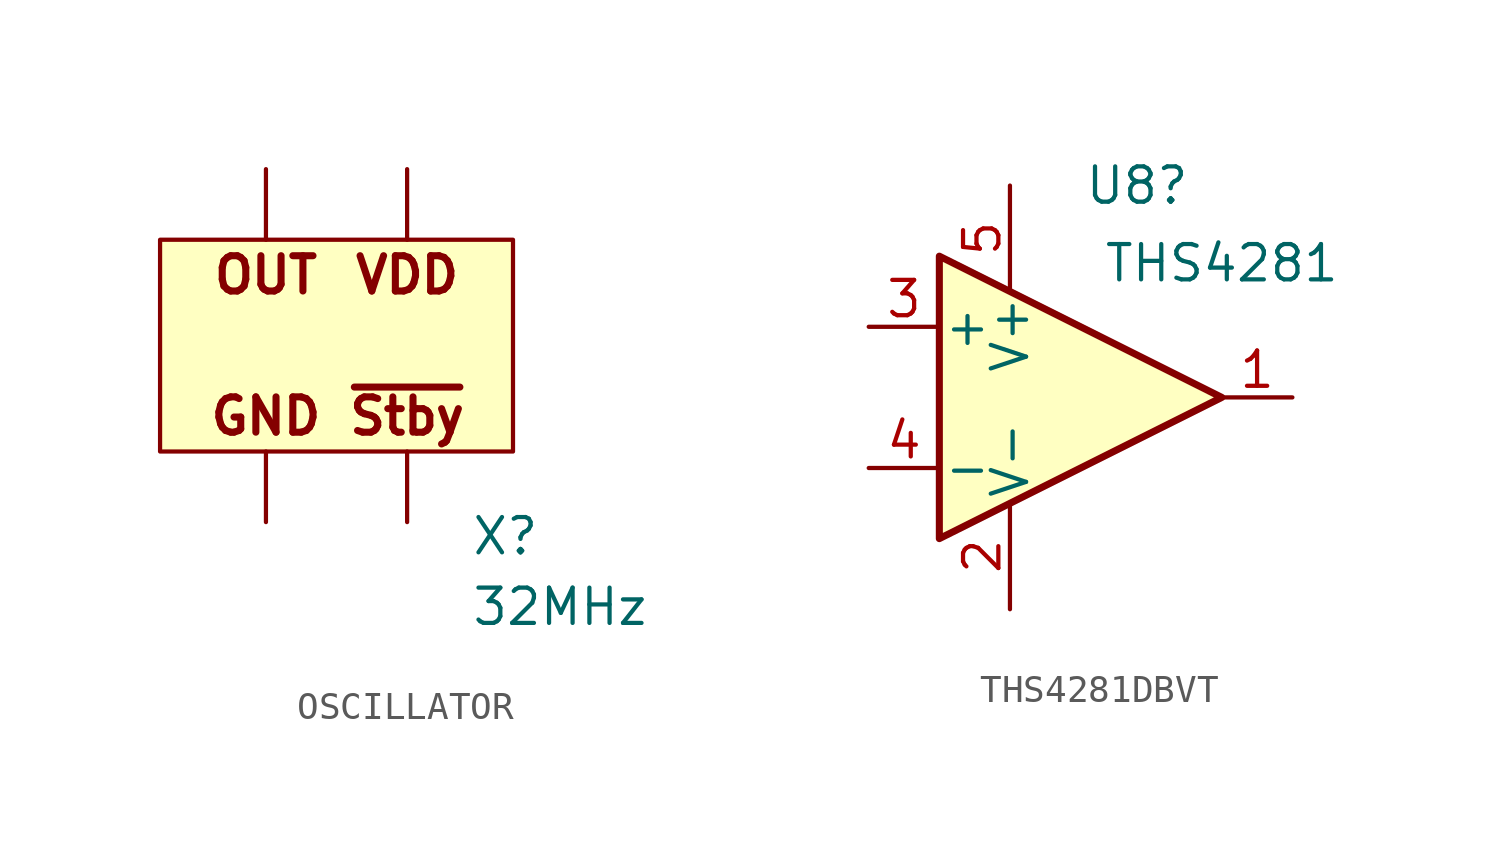
<source format=kicad_sym>
(kicad_symbol_lib
  (version 20241209)
  (generator "kicad_symbol_editor")
  (generator_version "9.0")
  (symbol "OSCILLATOR"
    (property "Reference" "X"
      (at 4.826 -8.128 0)
      (effects (font (size 1.27 1.27)) (justify left)))
    (property "Value" "32MHz"
      (at 4.826 -10.668 0)
      (effects (font (size 1.27 1.27)) (justify left)))
    (symbol "OSCILLATOR_1_0"
      (rectangle (start 6.35 2.54) (end -6.35 -5.08) (stroke (width 0) (type solid)) (fill (type background)))
      (pin passive line (at -2.54 5.08 270) (length 2.54) (name "OUT" (effects (font (size 0 0)))) (number "3" (effects (font (size 0 0)))))
      (pin passive line (at -2.54 -7.62 90) (length 2.54) (name "GND" (effects (font (size 0 0)))) (number "2" (effects (font (size 0 0)))))
      (pin passive line (at 2.54 5.08 270) (length 2.54) (name "VDD" (effects (font (size 0 0)))) (number "4" (effects (font (size 0 0)))))
      (pin passive line (at 2.54 -7.62 90) (length 2.54) (name "~{Stby}" (effects (font (size 0 0)))) (number "1" (effects (font (size 0 0))))))
    (symbol "OSCILLATOR_1_1"
      (text "OUT" (at -2.54 1.27 0) (effects (font (size 1.27 1.27) (bold yes))))
      (text "GND" (at -2.54 -3.81 0) (effects (font (size 1.27 1.27) (bold yes))))
      (text "VDD" (at 2.54 1.27 0) (effects (font (size 1.27 1.27) (bold yes))))
      (text "~{Stby}" (at 2.54 -3.81 0) (effects (font (size 1.27 1.27) (bold yes))))))
  (symbol "THS4281DBVT"
    (pin_names
      (offset 0.127))
    (property "Reference" "U8"
      (at 2.032 7.62 0)
      (effects (font (size 1.27 1.27))))
    (property "Value" "THS4281"
      (at 5.08 4.826 0)
      (effects (font (size 1.27 1.27))))
    (symbol "THS4281DBVT_0_1"
      (polyline (pts (xy -5.08 5.08) (xy 5.08 0) (xy -5.08 -5.08) (xy -5.08 5.08)) (stroke (width 0.254) (type default)) (fill (type background)))
      (pin power_in line (at -2.54 7.62 270) (length 3.81) (name "V+" (effects (font (size 1.27 1.27)))) (number "5" (effects (font (size 1.27 1.27)))))
      (pin power_in line (at -2.54 -7.62 90) (length 3.81) (name "V-" (effects (font (size 1.27 1.27)))) (number "2" (effects (font (size 1.27 1.27))))))
    (symbol "THS4281DBVT_1_1"
      (pin input line (at -7.62 2.54 0) (length 2.54) (name "+" (effects (font (size 1.27 1.27)))) (number "3" (effects (font (size 1.27 1.27)))))
      (pin input line (at -7.62 -2.54 0) (length 2.54) (name "-" (effects (font (size 1.27 1.27)))) (number "4" (effects (font (size 1.27 1.27)))))
      (pin output line (at 7.62 0 180) (length 2.54) (name "~" (effects (font (size 1.27 1.27)))) (number "1" (effects (font (size 1.27 1.27))))))))
</source>
